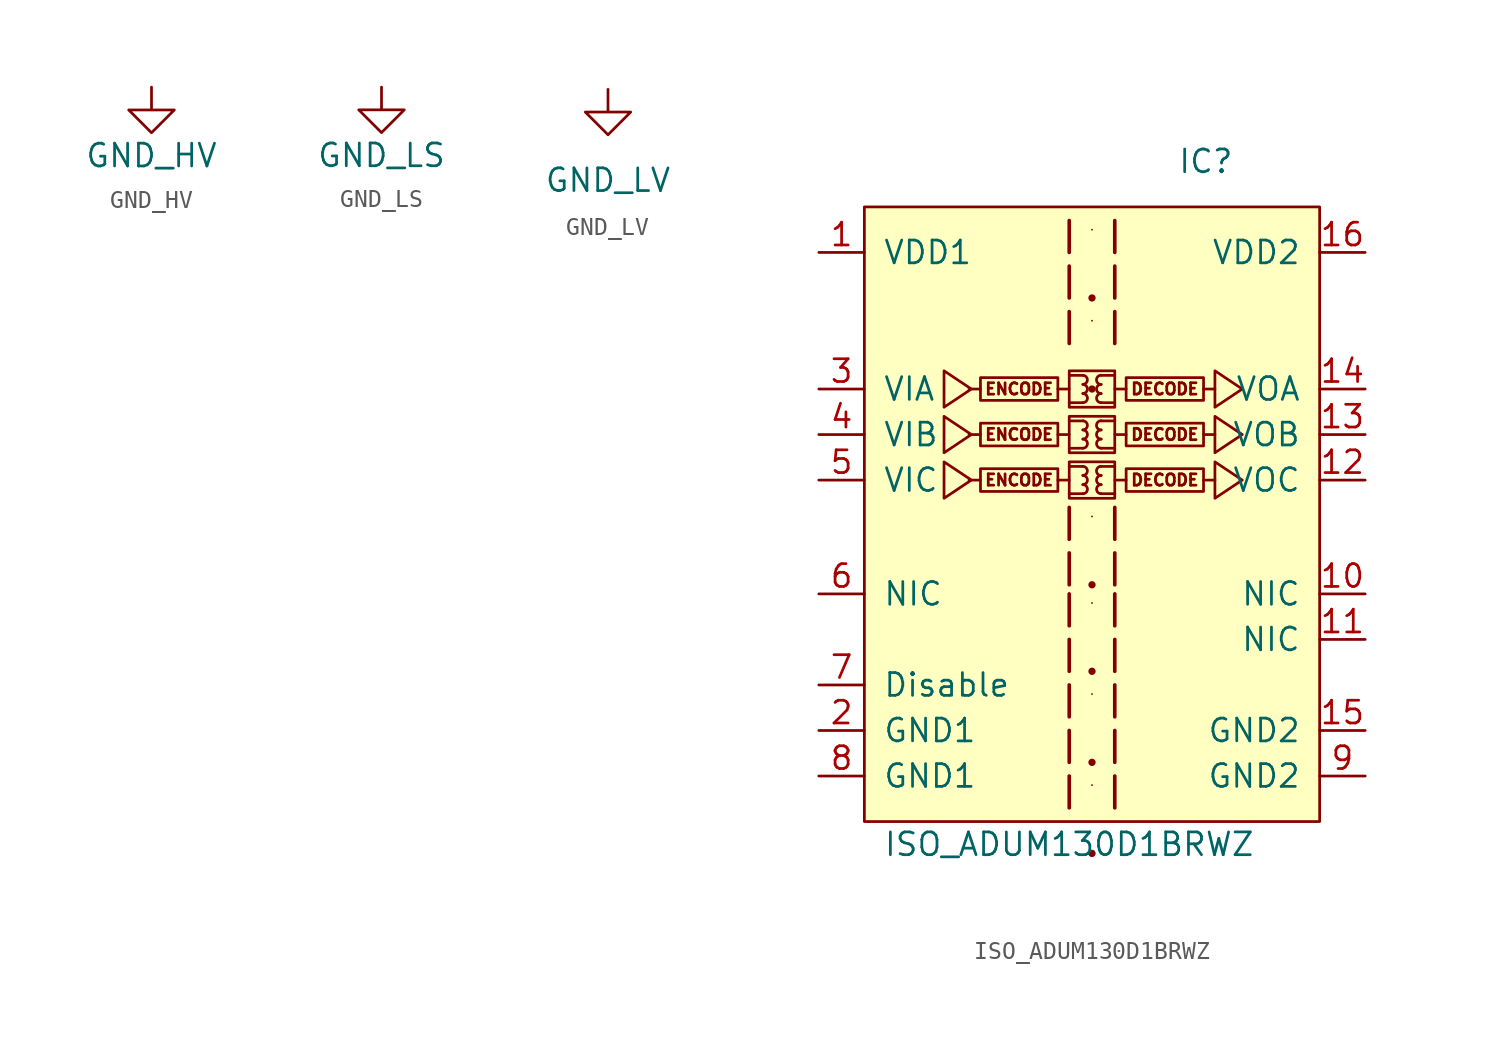
<source format=kicad_sym>
(kicad_symbol_lib
  (version 20211014)
  (generator kicad_symbol_editor)
  (symbol "GND_HV"
    (power)
    (pin_numbers hide)
    (pin_names
      (offset 0))
    (property "Reference" "#PWR"
      (at 2.54 -2.54 90)
      (effects (font (size 1.27 1.27)) hide))
    (property "Value" "GND_HV"
      (at 0 -3.81 0)
      (effects (font (size 1.27 1.27))))
    (symbol "GND_HV_1_1"
      (polyline (pts (xy 0 0) (xy 0 -1.27) (xy 1.27 -1.27) (xy 0 -2.54) (xy -1.27 -1.27) (xy 0 -1.27)) (stroke (width 0) (type default) (color 0 0 0 0)) (fill (type none)))
      (pin power_in line (at 0 0 90) (length 0) hide (name "GND_HV" (effects (font (size 1.27 1.27)))) (number "1" (effects (font (size 1.27 1.27)))))))
  (symbol "GND_LS"
    (power)
    (pin_numbers hide)
    (pin_names
      (offset 0))
    (property "Reference" "#PWR"
      (at 2.54 -2.54 90)
      (effects (font (size 1.27 1.27)) hide))
    (property "Value" "GND_LS"
      (at 0 -3.81 0)
      (effects (font (size 1.27 1.27))))
    (symbol "GND_LS_1_1"
      (polyline (pts (xy 0 0) (xy 0 -1.27) (xy 1.27 -1.27) (xy 0 -2.54) (xy -1.27 -1.27) (xy 0 -1.27)) (stroke (width 0) (type default) (color 0 0 0 0)) (fill (type none)))
      (pin power_in line (at 0 0 90) (length 0) hide (name "GND_LS" (effects (font (size 1.27 1.27)))) (number "1" (effects (font (size 1.27 1.27)))))))
  (symbol "GND_LV"
    (power)
    (pin_numbers hide)
    (pin_names
      (offset 0))
    (property "Reference" "#PWR"
      (at 2.54 -2.54 90)
      (effects (font (size 1.27 1.27)) hide))
    (property "Value" "GND_LV"
      (at 0 -5.08 0)
      (effects (font (size 1.27 1.27))))
    (symbol "GND_LV_1_1"
      (polyline (pts (xy 0 0) (xy 0 -1.27) (xy 1.27 -1.27) (xy 0 -2.54) (xy -1.27 -1.27) (xy 0 -1.27)) (stroke (width 0) (type default) (color 0 0 0 0)) (fill (type none)))
      (pin power_in line (at 0 0 90) (length 0) hide (name "GND_LV" (effects (font (size 1.27 1.27)))) (number "1" (effects (font (size 1.27 1.27)))))))
  (symbol "ISO_ADUM130D1BRWZ"
    (pin_names
      (offset 1.016))
    (property "Reference" "IC"
      (at 6.35 20.32 0)
      (effects (font (size 1.27 1.27))))
    (property "Value" "ISO_ADUM130D1BRWZ"
      (at -1.27 -17.78 0)
      (effects (font (size 1.27 1.27))))
    (symbol "ISO_ADUM130D1BRWZ_0_1"
      (rectangle (start -12.7 17.78) (end 12.7 -16.51) (stroke (width 0) (type default) (color 0 0 0 0)) (fill (type background)))
      (polyline (pts (xy -1.27 14.478) (xy -1.27 12.954) (xy -1.27 12.7)) (stroke (width 0.203) (type default) (color 0 0 0 0)) (fill (type none))))
    (symbol "ISO_ADUM130D1BRWZ_1_1"
      (rectangle (start -1.905 3.175) (end -6.223 1.905) (stroke (width 0) (type default) (color 0 0 0 0)) (fill (type none)))
      (rectangle (start -1.905 5.715) (end -6.223 4.445) (stroke (width 0) (type default) (color 0 0 0 0)) (fill (type none)))
      (rectangle (start -1.905 8.255) (end -6.223 6.985) (stroke (width 0) (type default) (color 0 0 0 0)) (fill (type none)))
      (rectangle (start -1.27 3.556) (end 1.27 1.524) (stroke (width 0) (type default) (color 0 0 0 0)) (fill (type none)))
      (rectangle (start -1.27 6.096) (end 1.27 4.064) (stroke (width 0) (type default) (color 0 0 0 0)) (fill (type none)))
      (rectangle (start -1.27 8.636) (end 1.27 6.604) (stroke (width 0) (type default) (color 0 0 0 0)) (fill (type none)))
      (arc (start -0.508 1.778) (mid -0.254 2.032) (end -0.508 2.286) (stroke (width 0) (type default) (color 0 0 0 0)) (fill (type none)))
      (arc (start -0.508 2.286) (mid -0.254 2.54) (end -0.508 2.794) (stroke (width 0) (type default) (color 0 0 0 0)) (fill (type none)))
      (arc (start -0.508 2.794) (mid -0.254 3.048) (end -0.508 3.302) (stroke (width 0) (type default) (color 0 0 0 0)) (fill (type none)))
      (arc (start -0.508 4.318) (mid -0.254 4.572) (end -0.508 4.826) (stroke (width 0) (type default) (color 0 0 0 0)) (fill (type none)))
      (arc (start -0.508 4.826) (mid -0.254 5.08) (end -0.508 5.334) (stroke (width 0) (type default) (color 0 0 0 0)) (fill (type none)))
      (arc (start -0.508 5.334) (mid -0.254 5.588) (end -0.508 5.842) (stroke (width 0) (type default) (color 0 0 0 0)) (fill (type none)))
      (arc (start -0.508 6.858) (mid -0.254 7.112) (end -0.508 7.366) (stroke (width 0) (type default) (color 0 0 0 0)) (fill (type none)))
      (arc (start -0.508 7.366) (mid -0.254 7.62) (end -0.508 7.874) (stroke (width 0) (type default) (color 0 0 0 0)) (fill (type none)))
      (arc (start -0.508 7.874) (mid -0.254 8.128) (end -0.508 8.382) (stroke (width 0) (type default) (color 0 0 0 0)) (fill (type none)))
      (polyline (pts (xy -6.223 2.54) (xy -6.858 2.54)) (stroke (width 0) (type default) (color 0 0 0 0)) (fill (type none)))
      (polyline (pts (xy -6.223 5.08) (xy -6.858 5.08)) (stroke (width 0) (type default) (color 0 0 0 0)) (fill (type none)))
      (polyline (pts (xy -6.223 7.62) (xy -6.858 7.62)) (stroke (width 0) (type default) (color 0 0 0 0)) (fill (type none)))
      (polyline (pts (xy -1.905 2.54) (xy -1.27 2.54)) (stroke (width 0) (type default) (color 0 0 0 0)) (fill (type none)))
      (polyline (pts (xy -1.905 5.08) (xy -1.27 5.08)) (stroke (width 0) (type default) (color 0 0 0 0)) (fill (type none)))
      (polyline (pts (xy -1.905 7.62) (xy -1.27 7.62)) (stroke (width 0) (type default) (color 0 0 0 0)) (fill (type none)))
      (polyline (pts (xy -1.27 1.778) (xy -0.508 1.778)) (stroke (width 0) (type default) (color 0 0 0 0)) (fill (type none)))
      (polyline (pts (xy -1.27 3.302) (xy -0.508 3.302)) (stroke (width 0) (type default) (color 0 0 0 0)) (fill (type none)))
      (polyline (pts (xy -1.27 4.318) (xy -0.508 4.318)) (stroke (width 0) (type default) (color 0 0 0 0)) (fill (type none)))
      (polyline (pts (xy -1.27 5.842) (xy -0.508 5.842)) (stroke (width 0) (type default) (color 0 0 0 0)) (fill (type none)))
      (polyline (pts (xy -1.27 6.858) (xy -0.508 6.858)) (stroke (width 0) (type default) (color 0 0 0 0)) (fill (type none)))
      (polyline (pts (xy -1.27 8.382) (xy -0.508 8.382)) (stroke (width 0) (type default) (color 0 0 0 0)) (fill (type none)))
      (polyline (pts (xy 0 -18.288) (xy 0 -18.288)) (stroke (width 0.406) (type default) (color 0 0 0 0)) (fill (type none)))
      (polyline (pts (xy 0 -14.478) (xy 0 -14.478)) (stroke (width 0.102) (type default) (color 0 0 0 0)) (fill (type none)))
      (polyline (pts (xy 0 -13.208) (xy 0 -13.208)) (stroke (width 0.406) (type default) (color 0 0 0 0)) (fill (type none)))
      (polyline (pts (xy 0 -9.398) (xy 0 -9.398)) (stroke (width 0.102) (type default) (color 0 0 0 0)) (fill (type none)))
      (polyline (pts (xy 0 -8.128) (xy 0 -8.128)) (stroke (width 0.406) (type default) (color 0 0 0 0)) (fill (type none)))
      (polyline (pts (xy 0 -4.318) (xy 0 -4.318)) (stroke (width 0.102) (type default) (color 0 0 0 0)) (fill (type none)))
      (polyline (pts (xy 0 -3.302) (xy 0 -3.302)) (stroke (width 0.406) (type default) (color 0 0 0 0)) (fill (type none)))
      (polyline (pts (xy 0 0.508) (xy 0 0.508)) (stroke (width 0.102) (type default) (color 0 0 0 0)) (fill (type none)))
      (polyline (pts (xy 0 7.62) (xy 0 7.62)) (stroke (width 0.406) (type default) (color 0 0 0 0)) (fill (type none)))
      (polyline (pts (xy 0 11.43) (xy 0 11.43)) (stroke (width 0.102) (type default) (color 0 0 0 0)) (fill (type none)))
      (polyline (pts (xy 0 12.7) (xy 0 12.7)) (stroke (width 0.406) (type default) (color 0 0 0 0)) (fill (type none)))
      (polyline (pts (xy 0 16.51) (xy 0 16.51)) (stroke (width 0.102) (type default) (color 0 0 0 0)) (fill (type none)))
      (polyline (pts (xy 1.27 1.778) (xy 0.508 1.778)) (stroke (width 0) (type default) (color 0 0 0 0)) (fill (type none)))
      (polyline (pts (xy 1.27 3.302) (xy 0.508 3.302)) (stroke (width 0) (type default) (color 0 0 0 0)) (fill (type none)))
      (polyline (pts (xy 1.27 4.318) (xy 0.508 4.318)) (stroke (width 0) (type default) (color 0 0 0 0)) (fill (type none)))
      (polyline (pts (xy 1.27 5.842) (xy 0.508 5.842)) (stroke (width 0) (type default) (color 0 0 0 0)) (fill (type none)))
      (polyline (pts (xy 1.27 6.858) (xy 0.508 6.858)) (stroke (width 0) (type default) (color 0 0 0 0)) (fill (type none)))
      (polyline (pts (xy 1.27 8.382) (xy 0.508 8.382)) (stroke (width 0) (type default) (color 0 0 0 0)) (fill (type none)))
      (polyline (pts (xy 1.905 2.54) (xy 1.27 2.54)) (stroke (width 0) (type default) (color 0 0 0 0)) (fill (type none)))
      (polyline (pts (xy 1.905 5.08) (xy 1.27 5.08)) (stroke (width 0) (type default) (color 0 0 0 0)) (fill (type none)))
      (polyline (pts (xy 1.905 7.62) (xy 1.27 7.62)) (stroke (width 0) (type default) (color 0 0 0 0)) (fill (type none)))
      (polyline (pts (xy 6.223 2.54) (xy 6.858 2.54)) (stroke (width 0) (type default) (color 0 0 0 0)) (fill (type none)))
      (polyline (pts (xy 6.223 5.08) (xy 6.858 5.08)) (stroke (width 0) (type default) (color 0 0 0 0)) (fill (type none)))
      (polyline (pts (xy 6.223 7.62) (xy 6.858 7.62)) (stroke (width 0) (type default) (color 0 0 0 0)) (fill (type none)))
      (polyline (pts (xy -1.27 -13.97) (xy -1.27 -15.494) (xy -1.27 -15.748)) (stroke (width 0.203) (type default) (color 0 0 0 0)) (fill (type none)))
      (polyline (pts (xy -1.27 -11.43) (xy -1.27 -12.954) (xy -1.27 -13.208)) (stroke (width 0.203) (type default) (color 0 0 0 0)) (fill (type none)))
      (polyline (pts (xy -1.27 -8.89) (xy -1.27 -10.414) (xy -1.27 -10.668)) (stroke (width 0.203) (type default) (color 0 0 0 0)) (fill (type none)))
      (polyline (pts (xy -1.27 -6.35) (xy -1.27 -7.874) (xy -1.27 -8.128)) (stroke (width 0.203) (type default) (color 0 0 0 0)) (fill (type none)))
      (polyline (pts (xy -1.27 -3.81) (xy -1.27 -5.334) (xy -1.27 -5.588)) (stroke (width 0.203) (type default) (color 0 0 0 0)) (fill (type none)))
      (polyline (pts (xy -1.27 -1.524) (xy -1.27 -3.048) (xy -1.27 -3.302)) (stroke (width 0.203) (type default) (color 0 0 0 0)) (fill (type none)))
      (polyline (pts (xy -1.27 1.016) (xy -1.27 -0.508) (xy -1.27 -0.762)) (stroke (width 0.203) (type default) (color 0 0 0 0)) (fill (type none)))
      (polyline (pts (xy -1.27 11.938) (xy -1.27 10.414) (xy -1.27 10.16)) (stroke (width 0.203) (type default) (color 0 0 0 0)) (fill (type none)))
      (polyline (pts (xy -1.27 17.018) (xy -1.27 15.494) (xy -1.27 15.24)) (stroke (width 0.203) (type default) (color 0 0 0 0)) (fill (type none)))
      (polyline (pts (xy 1.27 -13.97) (xy 1.27 -15.494) (xy 1.27 -15.748)) (stroke (width 0.203) (type default) (color 0 0 0 0)) (fill (type none)))
      (polyline (pts (xy 1.27 -11.43) (xy 1.27 -12.954) (xy 1.27 -13.208)) (stroke (width 0.203) (type default) (color 0 0 0 0)) (fill (type none)))
      (polyline (pts (xy 1.27 -8.89) (xy 1.27 -10.414) (xy 1.27 -10.668)) (stroke (width 0.203) (type default) (color 0 0 0 0)) (fill (type none)))
      (polyline (pts (xy 1.27 -6.35) (xy 1.27 -7.874) (xy 1.27 -8.128)) (stroke (width 0.203) (type default) (color 0 0 0 0)) (fill (type none)))
      (polyline (pts (xy 1.27 -3.81) (xy 1.27 -5.334) (xy 1.27 -5.588)) (stroke (width 0.203) (type default) (color 0 0 0 0)) (fill (type none)))
      (polyline (pts (xy 1.27 -1.524) (xy 1.27 -3.048) (xy 1.27 -3.302)) (stroke (width 0.203) (type default) (color 0 0 0 0)) (fill (type none)))
      (polyline (pts (xy 1.27 1.016) (xy 1.27 -0.508) (xy 1.27 -0.762)) (stroke (width 0.203) (type default) (color 0 0 0 0)) (fill (type none)))
      (polyline (pts (xy 1.27 11.938) (xy 1.27 10.414) (xy 1.27 10.16)) (stroke (width 0.203) (type default) (color 0 0 0 0)) (fill (type none)))
      (polyline (pts (xy 1.27 14.478) (xy 1.27 12.954) (xy 1.27 12.7)) (stroke (width 0.203) (type default) (color 0 0 0 0)) (fill (type none)))
      (polyline (pts (xy 1.27 17.018) (xy 1.27 15.494) (xy 1.27 15.24)) (stroke (width 0.203) (type default) (color 0 0 0 0)) (fill (type none)))
      (polyline (pts (xy -6.731 2.54) (xy -8.255 3.556) (xy -8.255 1.524) (xy -6.731 2.54)) (stroke (width 0) (type default) (color 0 0 0 0)) (fill (type none)))
      (polyline (pts (xy -6.731 5.08) (xy -8.255 6.096) (xy -8.255 4.064) (xy -6.731 5.08)) (stroke (width 0) (type default) (color 0 0 0 0)) (fill (type none)))
      (polyline (pts (xy -6.731 7.62) (xy -8.255 8.636) (xy -8.255 6.604) (xy -6.731 7.62)) (stroke (width 0) (type default) (color 0 0 0 0)) (fill (type none)))
      (polyline (pts (xy 8.382 2.54) (xy 6.858 3.556) (xy 6.858 1.524) (xy 8.382 2.54)) (stroke (width 0) (type default) (color 0 0 0 0)) (fill (type none)))
      (polyline (pts (xy 8.382 5.08) (xy 6.858 6.096) (xy 6.858 4.064) (xy 8.382 5.08)) (stroke (width 0) (type default) (color 0 0 0 0)) (fill (type none)))
      (polyline (pts (xy 8.382 7.62) (xy 6.858 8.636) (xy 6.858 6.604) (xy 8.382 7.62)) (stroke (width 0) (type default) (color 0 0 0 0)) (fill (type none)))
      (arc (start 0.508 2.286) (mid 0.254 2.032) (end 0.508 1.778) (stroke (width 0) (type default) (color 0 0 0 0)) (fill (type none)))
      (arc (start 0.508 2.794) (mid 0.254 2.54) (end 0.508 2.286) (stroke (width 0) (type default) (color 0 0 0 0)) (fill (type none)))
      (arc (start 0.508 3.302) (mid 0.254 3.048) (end 0.508 2.794) (stroke (width 0) (type default) (color 0 0 0 0)) (fill (type none)))
      (arc (start 0.508 4.826) (mid 0.254 4.572) (end 0.508 4.318) (stroke (width 0) (type default) (color 0 0 0 0)) (fill (type none)))
      (arc (start 0.508 5.334) (mid 0.254 5.08) (end 0.508 4.826) (stroke (width 0) (type default) (color 0 0 0 0)) (fill (type none)))
      (arc (start 0.508 5.842) (mid 0.254 5.588) (end 0.508 5.334) (stroke (width 0) (type default) (color 0 0 0 0)) (fill (type none)))
      (arc (start 0.508 7.366) (mid 0.254 7.112) (end 0.508 6.858) (stroke (width 0) (type default) (color 0 0 0 0)) (fill (type none)))
      (arc (start 0.508 7.874) (mid 0.254 7.62) (end 0.508 7.366) (stroke (width 0) (type default) (color 0 0 0 0)) (fill (type none)))
      (arc (start 0.508 8.382) (mid 0.254 8.128) (end 0.508 7.874) (stroke (width 0) (type default) (color 0 0 0 0)) (fill (type none)))
      (rectangle (start 1.905 3.175) (end 6.223 1.905) (stroke (width 0) (type default) (color 0 0 0 0)) (fill (type none)))
      (rectangle (start 1.905 5.715) (end 6.223 4.445) (stroke (width 0) (type default) (color 0 0 0 0)) (fill (type none)))
      (rectangle (start 1.905 8.255) (end 6.223 6.985) (stroke (width 0) (type default) (color 0 0 0 0)) (fill (type none)))
      (text "DECODE" (at 4.064 2.54 0) (effects (font (size 0.635 0.635))))
      (text "DECODE" (at 4.064 5.08 0) (effects (font (size 0.635 0.635))))
      (text "DECODE" (at 4.064 7.62 0) (effects (font (size 0.635 0.635))))
      (text "ENCODE" (at -4.064 2.54 0) (effects (font (size 0.635 0.635))))
      (text "ENCODE" (at -4.064 5.08 0) (effects (font (size 0.635 0.635))))
      (text "ENCODE" (at -4.064 7.62 0) (effects (font (size 0.635 0.635))))
      (pin power_in line (at -15.24 15.24 0) (length 2.54) (name "VDD1" (effects (font (size 1.27 1.27)))) (number "1" (effects (font (size 1.27 1.27)))))
      (pin passive line (at 15.24 -3.81 180) (length 2.54) (name "NIC" (effects (font (size 1.27 1.27)))) (number "10" (effects (font (size 1.27 1.27)))))
      (pin passive line (at 15.24 -6.35 180) (length 2.54) (name "NIC" (effects (font (size 1.27 1.27)))) (number "11" (effects (font (size 1.27 1.27)))))
      (pin output line (at 15.24 2.54 180) (length 2.54) (name "VOC" (effects (font (size 1.27 1.27)))) (number "12" (effects (font (size 1.27 1.27)))))
      (pin output line (at 15.24 5.08 180) (length 2.54) (name "VOB" (effects (font (size 1.27 1.27)))) (number "13" (effects (font (size 1.27 1.27)))))
      (pin output line (at 15.24 7.62 180) (length 2.54) (name "VOA" (effects (font (size 1.27 1.27)))) (number "14" (effects (font (size 1.27 1.27)))))
      (pin power_in line (at 15.24 -11.43 180) (length 2.54) (name "GND2" (effects (font (size 1.27 1.27)))) (number "15" (effects (font (size 1.27 1.27)))))
      (pin power_in line (at 15.24 15.24 180) (length 2.54) (name "VDD2" (effects (font (size 1.27 1.27)))) (number "16" (effects (font (size 1.27 1.27)))))
      (pin power_in line (at -15.24 -11.43 0) (length 2.54) (name "GND1" (effects (font (size 1.27 1.27)))) (number "2" (effects (font (size 1.27 1.27)))))
      (pin input line (at -15.24 7.62 0) (length 2.54) (name "VIA" (effects (font (size 1.27 1.27)))) (number "3" (effects (font (size 1.27 1.27)))))
      (pin input line (at -15.24 5.08 0) (length 2.54) (name "VIB" (effects (font (size 1.27 1.27)))) (number "4" (effects (font (size 1.27 1.27)))))
      (pin input line (at -15.24 2.54 0) (length 2.54) (name "VIC" (effects (font (size 1.27 1.27)))) (number "5" (effects (font (size 1.27 1.27)))))
      (pin passive line (at -15.24 -3.81 0) (length 2.54) (name "NIC" (effects (font (size 1.27 1.27)))) (number "6" (effects (font (size 1.27 1.27)))))
      (pin passive line (at -15.24 -8.89 0) (length 2.54) (name "Disable" (effects (font (size 1.27 1.27)))) (number "7" (effects (font (size 1.27 1.27)))))
      (pin power_in line (at -15.24 -13.97 0) (length 2.54) (name "GND1" (effects (font (size 1.27 1.27)))) (number "8" (effects (font (size 1.27 1.27)))))
      (pin power_in line (at 15.24 -13.97 180) (length 2.54) (name "GND2" (effects (font (size 1.27 1.27)))) (number "9" (effects (font (size 1.27 1.27))))))))
</source>
